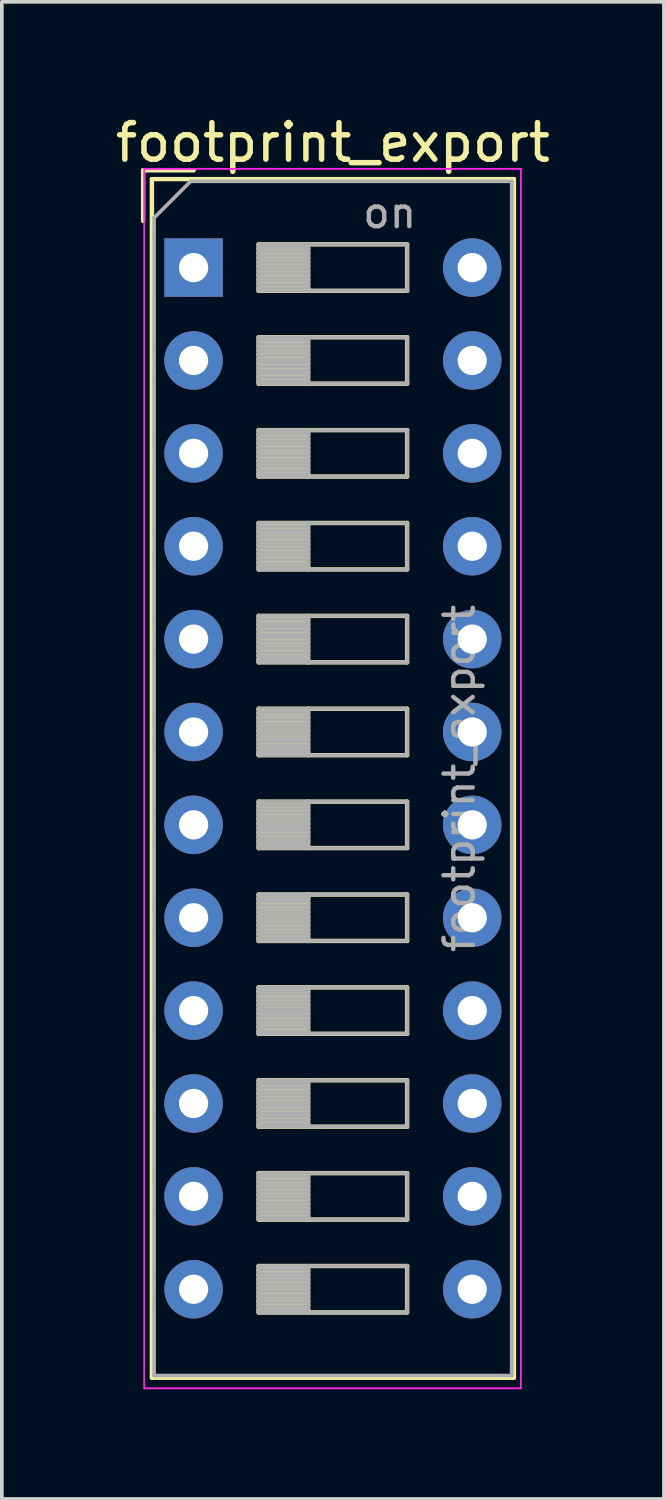
<source format=kicad_pcb>
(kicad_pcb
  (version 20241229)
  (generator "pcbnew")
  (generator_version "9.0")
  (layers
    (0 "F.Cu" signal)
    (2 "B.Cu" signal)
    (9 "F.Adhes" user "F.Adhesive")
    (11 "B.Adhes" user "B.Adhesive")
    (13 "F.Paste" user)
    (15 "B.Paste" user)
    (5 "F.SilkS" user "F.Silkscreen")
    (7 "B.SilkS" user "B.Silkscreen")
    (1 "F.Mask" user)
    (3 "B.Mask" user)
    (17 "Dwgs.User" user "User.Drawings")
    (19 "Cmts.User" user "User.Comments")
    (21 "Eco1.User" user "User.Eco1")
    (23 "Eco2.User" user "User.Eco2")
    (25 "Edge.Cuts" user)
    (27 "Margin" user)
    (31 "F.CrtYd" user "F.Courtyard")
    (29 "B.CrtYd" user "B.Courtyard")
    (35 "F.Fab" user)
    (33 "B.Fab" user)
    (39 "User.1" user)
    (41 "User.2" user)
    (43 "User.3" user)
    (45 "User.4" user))
  (footprint "footprint_export"
    (layer "F.Cu")
    (at 2.244 4.268)
    (property "Reference" "footprint_export" (at 3.81 -3.42 0) (layer "F.SilkS") (effects (font (size 1 1) (thickness 0.15))))
    (attr through_hole)
    (fp_line (start -1.38 -2.66) (end -1.38 -1.277) (stroke (width 0.12) (type solid)) (layer "F.SilkS"))
    (fp_line (start -1.38 -2.66) (end 0.004 -2.66) (stroke (width 0.12) (type solid)) (layer "F.SilkS"))
    (fp_line (start -1.14 -2.42) (end -1.14 30.36) (stroke (width 0.12) (type solid)) (layer "F.SilkS"))
    (fp_line (start -1.14 -2.42) (end 8.76 -2.42) (stroke (width 0.12) (type solid)) (layer "F.SilkS"))
    (fp_line (start -1.14 30.36) (end 8.76 30.36) (stroke (width 0.12) (type solid)) (layer "F.SilkS"))
    (fp_line (start 1.78 -0.635) (end 1.78 0.635) (stroke (width 0.12) (type solid)) (layer "F.SilkS"))
    (fp_line (start 1.78 -0.515) (end 3.133 -0.515) (stroke (width 0.12) (type solid)) (layer "F.SilkS"))
    (fp_line (start 1.78 -0.395) (end 3.133 -0.395) (stroke (width 0.12) (type solid)) (layer "F.SilkS"))
    (fp_line (start 1.78 -0.275) (end 3.133 -0.275) (stroke (width 0.12) (type solid)) (layer "F.SilkS"))
    (fp_line (start 1.78 -0.155) (end 3.133 -0.155) (stroke (width 0.12) (type solid)) (layer "F.SilkS"))
    (fp_line (start 1.78 -0.035) (end 3.133 -0.035) (stroke (width 0.12) (type solid)) (layer "F.SilkS"))
    (fp_line (start 1.78 0.085) (end 3.133 0.085) (stroke (width 0.12) (type solid)) (layer "F.SilkS"))
    (fp_line (start 1.78 0.205) (end 3.133 0.205) (stroke (width 0.12) (type solid)) (layer "F.SilkS"))
    (fp_line (start 1.78 0.325) (end 3.133 0.325) (stroke (width 0.12) (type solid)) (layer "F.SilkS"))
    (fp_line (start 1.78 0.445) (end 3.133 0.445) (stroke (width 0.12) (type solid)) (layer "F.SilkS"))
    (fp_line (start 1.78 0.565) (end 3.133 0.565) (stroke (width 0.12) (type solid)) (layer "F.SilkS"))
    (fp_line (start 1.78 0.635) (end 5.84 0.635) (stroke (width 0.12) (type solid)) (layer "F.SilkS"))
    (fp_line (start 1.78 1.905) (end 1.78 3.175) (stroke (width 0.12) (type solid)) (layer "F.SilkS"))
    (fp_line (start 1.78 2.025) (end 3.133 2.025) (stroke (width 0.12) (type solid)) (layer "F.SilkS"))
    (fp_line (start 1.78 2.145) (end 3.133 2.145) (stroke (width 0.12) (type solid)) (layer "F.SilkS"))
    (fp_line (start 1.78 2.265) (end 3.133 2.265) (stroke (width 0.12) (type solid)) (layer "F.SilkS"))
    (fp_line (start 1.78 2.385) (end 3.133 2.385) (stroke (width 0.12) (type solid)) (layer "F.SilkS"))
    (fp_line (start 1.78 2.505) (end 3.133 2.505) (stroke (width 0.12) (type solid)) (layer "F.SilkS"))
    (fp_line (start 1.78 2.625) (end 3.133 2.625) (stroke (width 0.12) (type solid)) (layer "F.SilkS"))
    (fp_line (start 1.78 2.745) (end 3.133 2.745) (stroke (width 0.12) (type solid)) (layer "F.SilkS"))
    (fp_line (start 1.78 2.865) (end 3.133 2.865) (stroke (width 0.12) (type solid)) (layer "F.SilkS"))
    (fp_line (start 1.78 2.985) (end 3.133 2.985) (stroke (width 0.12) (type solid)) (layer "F.SilkS"))
    (fp_line (start 1.78 3.105) (end 3.133 3.105) (stroke (width 0.12) (type solid)) (layer "F.SilkS"))
    (fp_line (start 1.78 3.175) (end 5.84 3.175) (stroke (width 0.12) (type solid)) (layer "F.SilkS"))
    (fp_line (start 1.78 4.445) (end 1.78 5.715) (stroke (width 0.12) (type solid)) (layer "F.SilkS"))
    (fp_line (start 1.78 4.565) (end 3.133 4.565) (stroke (width 0.12) (type solid)) (layer "F.SilkS"))
    (fp_line (start 1.78 4.685) (end 3.133 4.685) (stroke (width 0.12) (type solid)) (layer "F.SilkS"))
    (fp_line (start 1.78 4.805) (end 3.133 4.805) (stroke (width 0.12) (type solid)) (layer "F.SilkS"))
    (fp_line (start 1.78 4.925) (end 3.133 4.925) (stroke (width 0.12) (type solid)) (layer "F.SilkS"))
    (fp_line (start 1.78 5.045) (end 3.133 5.045) (stroke (width 0.12) (type solid)) (layer "F.SilkS"))
    (fp_line (start 1.78 5.165) (end 3.133 5.165) (stroke (width 0.12) (type solid)) (layer "F.SilkS"))
    (fp_line (start 1.78 5.285) (end 3.133 5.285) (stroke (width 0.12) (type solid)) (layer "F.SilkS"))
    (fp_line (start 1.78 5.405) (end 3.133 5.405) (stroke (width 0.12) (type solid)) (layer "F.SilkS"))
    (fp_line (start 1.78 5.525) (end 3.133 5.525) (stroke (width 0.12) (type solid)) (layer "F.SilkS"))
    (fp_line (start 1.78 5.645) (end 3.133 5.645) (stroke (width 0.12) (type solid)) (layer "F.SilkS"))
    (fp_line (start 1.78 5.715) (end 5.84 5.715) (stroke (width 0.12) (type solid)) (layer "F.SilkS"))
    (fp_line (start 1.78 6.985) (end 1.78 8.255) (stroke (width 0.12) (type solid)) (layer "F.SilkS"))
    (fp_line (start 1.78 7.105) (end 3.133 7.105) (stroke (width 0.12) (type solid)) (layer "F.SilkS"))
    (fp_line (start 1.78 7.225) (end 3.133 7.225) (stroke (width 0.12) (type solid)) (layer "F.SilkS"))
    (fp_line (start 1.78 7.345) (end 3.133 7.345) (stroke (width 0.12) (type solid)) (layer "F.SilkS"))
    (fp_line (start 1.78 7.465) (end 3.133 7.465) (stroke (width 0.12) (type solid)) (layer "F.SilkS"))
    (fp_line (start 1.78 7.585) (end 3.133 7.585) (stroke (width 0.12) (type solid)) (layer "F.SilkS"))
    (fp_line (start 1.78 7.705) (end 3.133 7.705) (stroke (width 0.12) (type solid)) (layer "F.SilkS"))
    (fp_line (start 1.78 7.825) (end 3.133 7.825) (stroke (width 0.12) (type solid)) (layer "F.SilkS"))
    (fp_line (start 1.78 7.945) (end 3.133 7.945) (stroke (width 0.12) (type solid)) (layer "F.SilkS"))
    (fp_line (start 1.78 8.065) (end 3.133 8.065) (stroke (width 0.12) (type solid)) (layer "F.SilkS"))
    (fp_line (start 1.78 8.185) (end 3.133 8.185) (stroke (width 0.12) (type solid)) (layer "F.SilkS"))
    (fp_line (start 1.78 8.255) (end 5.84 8.255) (stroke (width 0.12) (type solid)) (layer "F.SilkS"))
    (fp_line (start 1.78 9.525) (end 1.78 10.795) (stroke (width 0.12) (type solid)) (layer "F.SilkS"))
    (fp_line (start 1.78 9.645) (end 3.133 9.645) (stroke (width 0.12) (type solid)) (layer "F.SilkS"))
    (fp_line (start 1.78 9.765) (end 3.133 9.765) (stroke (width 0.12) (type solid)) (layer "F.SilkS"))
    (fp_line (start 1.78 9.885) (end 3.133 9.885) (stroke (width 0.12) (type solid)) (layer "F.SilkS"))
    (fp_line (start 1.78 10.005) (end 3.133 10.005) (stroke (width 0.12) (type solid)) (layer "F.SilkS"))
    (fp_line (start 1.78 10.125) (end 3.133 10.125) (stroke (width 0.12) (type solid)) (layer "F.SilkS"))
    (fp_line (start 1.78 10.245) (end 3.133 10.245) (stroke (width 0.12) (type solid)) (layer "F.SilkS"))
    (fp_line (start 1.78 10.365) (end 3.133 10.365) (stroke (width 0.12) (type solid)) (layer "F.SilkS"))
    (fp_line (start 1.78 10.485) (end 3.133 10.485) (stroke (width 0.12) (type solid)) (layer "F.SilkS"))
    (fp_line (start 1.78 10.605) (end 3.133 10.605) (stroke (width 0.12) (type solid)) (layer "F.SilkS"))
    (fp_line (start 1.78 10.725) (end 3.133 10.725) (stroke (width 0.12) (type solid)) (layer "F.SilkS"))
    (fp_line (start 1.78 10.795) (end 5.84 10.795) (stroke (width 0.12) (type solid)) (layer "F.SilkS"))
    (fp_line (start 1.78 12.065) (end 1.78 13.335) (stroke (width 0.12) (type solid)) (layer "F.SilkS"))
    (fp_line (start 1.78 12.185) (end 3.133 12.185) (stroke (width 0.12) (type solid)) (layer "F.SilkS"))
    (fp_line (start 1.78 12.305) (end 3.133 12.305) (stroke (width 0.12) (type solid)) (layer "F.SilkS"))
    (fp_line (start 1.78 12.425) (end 3.133 12.425) (stroke (width 0.12) (type solid)) (layer "F.SilkS"))
    (fp_line (start 1.78 12.545) (end 3.133 12.545) (stroke (width 0.12) (type solid)) (layer "F.SilkS"))
    (fp_line (start 1.78 12.665) (end 3.133 12.665) (stroke (width 0.12) (type solid)) (layer "F.SilkS"))
    (fp_line (start 1.78 12.785) (end 3.133 12.785) (stroke (width 0.12) (type solid)) (layer "F.SilkS"))
    (fp_line (start 1.78 12.905) (end 3.133 12.905) (stroke (width 0.12) (type solid)) (layer "F.SilkS"))
    (fp_line (start 1.78 13.025) (end 3.133 13.025) (stroke (width 0.12) (type solid)) (layer "F.SilkS"))
    (fp_line (start 1.78 13.145) (end 3.133 13.145) (stroke (width 0.12) (type solid)) (layer "F.SilkS"))
    (fp_line (start 1.78 13.265) (end 3.133 13.265) (stroke (width 0.12) (type solid)) (layer "F.SilkS"))
    (fp_line (start 1.78 13.335) (end 5.84 13.335) (stroke (width 0.12) (type solid)) (layer "F.SilkS"))
    (fp_line (start 1.78 14.605) (end 1.78 15.875) (stroke (width 0.12) (type solid)) (layer "F.SilkS"))
    (fp_line (start 1.78 14.725) (end 3.133 14.725) (stroke (width 0.12) (type solid)) (layer "F.SilkS"))
    (fp_line (start 1.78 14.845) (end 3.133 14.845) (stroke (width 0.12) (type solid)) (layer "F.SilkS"))
    (fp_line (start 1.78 14.965) (end 3.133 14.965) (stroke (width 0.12) (type solid)) (layer "F.SilkS"))
    (fp_line (start 1.78 15.085) (end 3.133 15.085) (stroke (width 0.12) (type solid)) (layer "F.SilkS"))
    (fp_line (start 1.78 15.205) (end 3.133 15.205) (stroke (width 0.12) (type solid)) (layer "F.SilkS"))
    (fp_line (start 1.78 15.325) (end 3.133 15.325) (stroke (width 0.12) (type solid)) (layer "F.SilkS"))
    (fp_line (start 1.78 15.445) (end 3.133 15.445) (stroke (width 0.12) (type solid)) (layer "F.SilkS"))
    (fp_line (start 1.78 15.565) (end 3.133 15.565) (stroke (width 0.12) (type solid)) (layer "F.SilkS"))
    (fp_line (start 1.78 15.685) (end 3.133 15.685) (stroke (width 0.12) (type solid)) (layer "F.SilkS"))
    (fp_line (start 1.78 15.805) (end 3.133 15.805) (stroke (width 0.12) (type solid)) (layer "F.SilkS"))
    (fp_line (start 1.78 15.875) (end 5.84 15.875) (stroke (width 0.12) (type solid)) (layer "F.SilkS"))
    (fp_line (start 1.78 17.145) (end 1.78 18.415) (stroke (width 0.12) (type solid)) (layer "F.SilkS"))
    (fp_line (start 1.78 17.265) (end 3.133 17.265) (stroke (width 0.12) (type solid)) (layer "F.SilkS"))
    (fp_line (start 1.78 17.385) (end 3.133 17.385) (stroke (width 0.12) (type solid)) (layer "F.SilkS"))
    (fp_line (start 1.78 17.505) (end 3.133 17.505) (stroke (width 0.12) (type solid)) (layer "F.SilkS"))
    (fp_line (start 1.78 17.625) (end 3.133 17.625) (stroke (width 0.12) (type solid)) (layer "F.SilkS"))
    (fp_line (start 1.78 17.745) (end 3.133 17.745) (stroke (width 0.12) (type solid)) (layer "F.SilkS"))
    (fp_line (start 1.78 17.865) (end 3.133 17.865) (stroke (width 0.12) (type solid)) (layer "F.SilkS"))
    (fp_line (start 1.78 17.985) (end 3.133 17.985) (stroke (width 0.12) (type solid)) (layer "F.SilkS"))
    (fp_line (start 1.78 18.105) (end 3.133 18.105) (stroke (width 0.12) (type solid)) (layer "F.SilkS"))
    (fp_line (start 1.78 18.225) (end 3.133 18.225) (stroke (width 0.12) (type solid)) (layer "F.SilkS"))
    (fp_line (start 1.78 18.345) (end 3.133 18.345) (stroke (width 0.12) (type solid)) (layer "F.SilkS"))
    (fp_line (start 1.78 18.415) (end 5.84 18.415) (stroke (width 0.12) (type solid)) (layer "F.SilkS"))
    (fp_line (start 1.78 19.685) (end 1.78 20.955) (stroke (width 0.12) (type solid)) (layer "F.SilkS"))
    (fp_line (start 1.78 19.805) (end 3.133 19.805) (stroke (width 0.12) (type solid)) (layer "F.SilkS"))
    (fp_line (start 1.78 19.925) (end 3.133 19.925) (stroke (width 0.12) (type solid)) (layer "F.SilkS"))
    (fp_line (start 1.78 20.045) (end 3.133 20.045) (stroke (width 0.12) (type solid)) (layer "F.SilkS"))
    (fp_line (start 1.78 20.165) (end 3.133 20.165) (stroke (width 0.12) (type solid)) (layer "F.SilkS"))
    (fp_line (start 1.78 20.285) (end 3.133 20.285) (stroke (width 0.12) (type solid)) (layer "F.SilkS"))
    (fp_line (start 1.78 20.405) (end 3.133 20.405) (stroke (width 0.12) (type solid)) (layer "F.SilkS"))
    (fp_line (start 1.78 20.525) (end 3.133 20.525) (stroke (width 0.12) (type solid)) (layer "F.SilkS"))
    (fp_line (start 1.78 20.645) (end 3.133 20.645) (stroke (width 0.12) (type solid)) (layer "F.SilkS"))
    (fp_line (start 1.78 20.765) (end 3.133 20.765) (stroke (width 0.12) (type solid)) (layer "F.SilkS"))
    (fp_line (start 1.78 20.885) (end 3.133 20.885) (stroke (width 0.12) (type solid)) (layer "F.SilkS"))
    (fp_line (start 1.78 20.955) (end 5.84 20.955) (stroke (width 0.12) (type solid)) (layer "F.SilkS"))
    (fp_line (start 1.78 22.225) (end 1.78 23.495) (stroke (width 0.12) (type solid)) (layer "F.SilkS"))
    (fp_line (start 1.78 22.345) (end 3.133 22.345) (stroke (width 0.12) (type solid)) (layer "F.SilkS"))
    (fp_line (start 1.78 22.465) (end 3.133 22.465) (stroke (width 0.12) (type solid)) (layer "F.SilkS"))
    (fp_line (start 1.78 22.585) (end 3.133 22.585) (stroke (width 0.12) (type solid)) (layer "F.SilkS"))
    (fp_line (start 1.78 22.705) (end 3.133 22.705) (stroke (width 0.12) (type solid)) (layer "F.SilkS"))
    (fp_line (start 1.78 22.825) (end 3.133 22.825) (stroke (width 0.12) (type solid)) (layer "F.SilkS"))
    (fp_line (start 1.78 22.945) (end 3.133 22.945) (stroke (width 0.12) (type solid)) (layer "F.SilkS"))
    (fp_line (start 1.78 23.065) (end 3.133 23.065) (stroke (width 0.12) (type solid)) (layer "F.SilkS"))
    (fp_line (start 1.78 23.185) (end 3.133 23.185) (stroke (width 0.12) (type solid)) (layer "F.SilkS"))
    (fp_line (start 1.78 23.305) (end 3.133 23.305) (stroke (width 0.12) (type solid)) (layer "F.SilkS"))
    (fp_line (start 1.78 23.425) (end 3.133 23.425) (stroke (width 0.12) (type solid)) (layer "F.SilkS"))
    (fp_line (start 1.78 23.495) (end 5.84 23.495) (stroke (width 0.12) (type solid)) (layer "F.SilkS"))
    (fp_line (start 1.78 24.765) (end 1.78 26.035) (stroke (width 0.12) (type solid)) (layer "F.SilkS"))
    (fp_line (start 1.78 24.885) (end 3.133 24.885) (stroke (width 0.12) (type solid)) (layer "F.SilkS"))
    (fp_line (start 1.78 25.005) (end 3.133 25.005) (stroke (width 0.12) (type solid)) (layer "F.SilkS"))
    (fp_line (start 1.78 25.125) (end 3.133 25.125) (stroke (width 0.12) (type solid)) (layer "F.SilkS"))
    (fp_line (start 1.78 25.245) (end 3.133 25.245) (stroke (width 0.12) (type solid)) (layer "F.SilkS"))
    (fp_line (start 1.78 25.365) (end 3.133 25.365) (stroke (width 0.12) (type solid)) (layer "F.SilkS"))
    (fp_line (start 1.78 25.485) (end 3.133 25.485) (stroke (width 0.12) (type solid)) (layer "F.SilkS"))
    (fp_line (start 1.78 25.605) (end 3.133 25.605) (stroke (width 0.12) (type solid)) (layer "F.SilkS"))
    (fp_line (start 1.78 25.725) (end 3.133 25.725) (stroke (width 0.12) (type solid)) (layer "F.SilkS"))
    (fp_line (start 1.78 25.845) (end 3.133 25.845) (stroke (width 0.12) (type solid)) (layer "F.SilkS"))
    (fp_line (start 1.78 25.965) (end 3.133 25.965) (stroke (width 0.12) (type solid)) (layer "F.SilkS"))
    (fp_line (start 1.78 26.035) (end 5.84 26.035) (stroke (width 0.12) (type solid)) (layer "F.SilkS"))
    (fp_line (start 1.78 27.305) (end 1.78 28.575) (stroke (width 0.12) (type solid)) (layer "F.SilkS"))
    (fp_line (start 1.78 27.425) (end 3.133 27.425) (stroke (width 0.12) (type solid)) (layer "F.SilkS"))
    (fp_line (start 1.78 27.545) (end 3.133 27.545) (stroke (width 0.12) (type solid)) (layer "F.SilkS"))
    (fp_line (start 1.78 27.665) (end 3.133 27.665) (stroke (width 0.12) (type solid)) (layer "F.SilkS"))
    (fp_line (start 1.78 27.785) (end 3.133 27.785) (stroke (width 0.12) (type solid)) (layer "F.SilkS"))
    (fp_line (start 1.78 27.905) (end 3.133 27.905) (stroke (width 0.12) (type solid)) (layer "F.SilkS"))
    (fp_line (start 1.78 28.025) (end 3.133 28.025) (stroke (width 0.12) (type solid)) (layer "F.SilkS"))
    (fp_line (start 1.78 28.145) (end 3.133 28.145) (stroke (width 0.12) (type solid)) (layer "F.SilkS"))
    (fp_line (start 1.78 28.265) (end 3.133 28.265) (stroke (width 0.12) (type solid)) (layer "F.SilkS"))
    (fp_line (start 1.78 28.385) (end 3.133 28.385) (stroke (width 0.12) (type solid)) (layer "F.SilkS"))
    (fp_line (start 1.78 28.505) (end 3.133 28.505) (stroke (width 0.12) (type solid)) (layer "F.SilkS"))
    (fp_line (start 1.78 28.575) (end 5.84 28.575) (stroke (width 0.12) (type solid)) (layer "F.SilkS"))
    (fp_line (start 3.133 -0.635) (end 3.133 0.635) (stroke (width 0.12) (type solid)) (layer "F.SilkS"))
    (fp_line (start 3.133 1.905) (end 3.133 3.175) (stroke (width 0.12) (type solid)) (layer "F.SilkS"))
    (fp_line (start 3.133 4.445) (end 3.133 5.715) (stroke (width 0.12) (type solid)) (layer "F.SilkS"))
    (fp_line (start 3.133 6.985) (end 3.133 8.255) (stroke (width 0.12) (type solid)) (layer "F.SilkS"))
    (fp_line (start 3.133 9.525) (end 3.133 10.795) (stroke (width 0.12) (type solid)) (layer "F.SilkS"))
    (fp_line (start 3.133 12.065) (end 3.133 13.335) (stroke (width 0.12) (type solid)) (layer "F.SilkS"))
    (fp_line (start 3.133 14.605) (end 3.133 15.875) (stroke (width 0.12) (type solid)) (layer "F.SilkS"))
    (fp_line (start 3.133 17.145) (end 3.133 18.415) (stroke (width 0.12) (type solid)) (layer "F.SilkS"))
    (fp_line (start 3.133 19.685) (end 3.133 20.955) (stroke (width 0.12) (type solid)) (layer "F.SilkS"))
    (fp_line (start 3.133 22.225) (end 3.133 23.495) (stroke (width 0.12) (type solid)) (layer "F.SilkS"))
    (fp_line (start 3.133 24.765) (end 3.133 26.035) (stroke (width 0.12) (type solid)) (layer "F.SilkS"))
    (fp_line (start 3.133 27.305) (end 3.133 28.575) (stroke (width 0.12) (type solid)) (layer "F.SilkS"))
    (fp_line (start 5.84 -0.635) (end 1.78 -0.635) (stroke (width 0.12) (type solid)) (layer "F.SilkS"))
    (fp_line (start 5.84 0.635) (end 5.84 -0.635) (stroke (width 0.12) (type solid)) (layer "F.SilkS"))
    (fp_line (start 5.84 1.905) (end 1.78 1.905) (stroke (width 0.12) (type solid)) (layer "F.SilkS"))
    (fp_line (start 5.84 3.175) (end 5.84 1.905) (stroke (width 0.12) (type solid)) (layer "F.SilkS"))
    (fp_line (start 5.84 4.445) (end 1.78 4.445) (stroke (width 0.12) (type solid)) (layer "F.SilkS"))
    (fp_line (start 5.84 5.715) (end 5.84 4.445) (stroke (width 0.12) (type solid)) (layer "F.SilkS"))
    (fp_line (start 5.84 6.985) (end 1.78 6.985) (stroke (width 0.12) (type solid)) (layer "F.SilkS"))
    (fp_line (start 5.84 8.255) (end 5.84 6.985) (stroke (width 0.12) (type solid)) (layer "F.SilkS"))
    (fp_line (start 5.84 9.525) (end 1.78 9.525) (stroke (width 0.12) (type solid)) (layer "F.SilkS"))
    (fp_line (start 5.84 10.795) (end 5.84 9.525) (stroke (width 0.12) (type solid)) (layer "F.SilkS"))
    (fp_line (start 5.84 12.065) (end 1.78 12.065) (stroke (width 0.12) (type solid)) (layer "F.SilkS"))
    (fp_line (start 5.84 13.335) (end 5.84 12.065) (stroke (width 0.12) (type solid)) (layer "F.SilkS"))
    (fp_line (start 5.84 14.605) (end 1.78 14.605) (stroke (width 0.12) (type solid)) (layer "F.SilkS"))
    (fp_line (start 5.84 15.875) (end 5.84 14.605) (stroke (width 0.12) (type solid)) (layer "F.SilkS"))
    (fp_line (start 5.84 17.145) (end 1.78 17.145) (stroke (width 0.12) (type solid)) (layer "F.SilkS"))
    (fp_line (start 5.84 18.415) (end 5.84 17.145) (stroke (width 0.12) (type solid)) (layer "F.SilkS"))
    (fp_line (start 5.84 19.685) (end 1.78 19.685) (stroke (width 0.12) (type solid)) (layer "F.SilkS"))
    (fp_line (start 5.84 20.955) (end 5.84 19.685) (stroke (width 0.12) (type solid)) (layer "F.SilkS"))
    (fp_line (start 5.84 22.225) (end 1.78 22.225) (stroke (width 0.12) (type solid)) (layer "F.SilkS"))
    (fp_line (start 5.84 23.495) (end 5.84 22.225) (stroke (width 0.12) (type solid)) (layer "F.SilkS"))
    (fp_line (start 5.84 24.765) (end 1.78 24.765) (stroke (width 0.12) (type solid)) (layer "F.SilkS"))
    (fp_line (start 5.84 26.035) (end 5.84 24.765) (stroke (width 0.12) (type solid)) (layer "F.SilkS"))
    (fp_line (start 5.84 27.305) (end 1.78 27.305) (stroke (width 0.12) (type solid)) (layer "F.SilkS"))
    (fp_line (start 5.84 28.575) (end 5.84 27.305) (stroke (width 0.12) (type solid)) (layer "F.SilkS"))
    (fp_line (start 8.76 -2.42) (end 8.76 30.36) (stroke (width 0.12) (type solid)) (layer "F.SilkS"))
    (fp_line (start -1.35 -2.7) (end -1.35 30.65) (stroke (width 0.05) (type solid)) (layer "F.CrtYd"))
    (fp_line (start -1.35 30.65) (end 8.95 30.65) (stroke (width 0.05) (type solid)) (layer "F.CrtYd"))
    (fp_line (start 8.95 -2.7) (end -1.35 -2.7) (stroke (width 0.05) (type solid)) (layer "F.CrtYd"))
    (fp_line (start 8.95 30.65) (end 8.95 -2.7) (stroke (width 0.05) (type solid)) (layer "F.CrtYd"))
    (fp_line (start -1.08 -1.36) (end -0.08 -2.36) (stroke (width 0.1) (type solid)) (layer "F.Fab"))
    (fp_line (start -1.08 30.3) (end -1.08 -1.36) (stroke (width 0.1) (type solid)) (layer "F.Fab"))
    (fp_line (start -0.08 -2.36) (end 8.7 -2.36) (stroke (width 0.1) (type solid)) (layer "F.Fab"))
    (fp_line (start 1.78 -0.635) (end 1.78 0.635) (stroke (width 0.1) (type solid)) (layer "F.Fab"))
    (fp_line (start 1.78 -0.535) (end 3.133 -0.535) (stroke (width 0.1) (type solid)) (layer "F.Fab"))
    (fp_line (start 1.78 -0.435) (end 3.133 -0.435) (stroke (width 0.1) (type solid)) (layer "F.Fab"))
    (fp_line (start 1.78 -0.335) (end 3.133 -0.335) (stroke (width 0.1) (type solid)) (layer "F.Fab"))
    (fp_line (start 1.78 -0.235) (end 3.133 -0.235) (stroke (width 0.1) (type solid)) (layer "F.Fab"))
    (fp_line (start 1.78 -0.135) (end 3.133 -0.135) (stroke (width 0.1) (type solid)) (layer "F.Fab"))
    (fp_line (start 1.78 -0.035) (end 3.133 -0.035) (stroke (width 0.1) (type solid)) (layer "F.Fab"))
    (fp_line (start 1.78 0.065) (end 3.133 0.065) (stroke (width 0.1) (type solid)) (layer "F.Fab"))
    (fp_line (start 1.78 0.165) (end 3.133 0.165) (stroke (width 0.1) (type solid)) (layer "F.Fab"))
    (fp_line (start 1.78 0.265) (end 3.133 0.265) (stroke (width 0.1) (type solid)) (layer "F.Fab"))
    (fp_line (start 1.78 0.365) (end 3.133 0.365) (stroke (width 0.1) (type solid)) (layer "F.Fab"))
    (fp_line (start 1.78 0.465) (end 3.133 0.465) (stroke (width 0.1) (type solid)) (layer "F.Fab"))
    (fp_line (start 1.78 0.565) (end 3.133 0.565) (stroke (width 0.1) (type solid)) (layer "F.Fab"))
    (fp_line (start 1.78 0.635) (end 5.84 0.635) (stroke (width 0.1) (type solid)) (layer "F.Fab"))
    (fp_line (start 1.78 1.905) (end 1.78 3.175) (stroke (width 0.1) (type solid)) (layer "F.Fab"))
    (fp_line (start 1.78 2.005) (end 3.133 2.005) (stroke (width 0.1) (type solid)) (layer "F.Fab"))
    (fp_line (start 1.78 2.105) (end 3.133 2.105) (stroke (width 0.1) (type solid)) (layer "F.Fab"))
    (fp_line (start 1.78 2.205) (end 3.133 2.205) (stroke (width 0.1) (type solid)) (layer "F.Fab"))
    (fp_line (start 1.78 2.305) (end 3.133 2.305) (stroke (width 0.1) (type solid)) (layer "F.Fab"))
    (fp_line (start 1.78 2.405) (end 3.133 2.405) (stroke (width 0.1) (type solid)) (layer "F.Fab"))
    (fp_line (start 1.78 2.505) (end 3.133 2.505) (stroke (width 0.1) (type solid)) (layer "F.Fab"))
    (fp_line (start 1.78 2.605) (end 3.133 2.605) (stroke (width 0.1) (type solid)) (layer "F.Fab"))
    (fp_line (start 1.78 2.705) (end 3.133 2.705) (stroke (width 0.1) (type solid)) (layer "F.Fab"))
    (fp_line (start 1.78 2.805) (end 3.133 2.805) (stroke (width 0.1) (type solid)) (layer "F.Fab"))
    (fp_line (start 1.78 2.905) (end 3.133 2.905) (stroke (width 0.1) (type solid)) (layer "F.Fab"))
    (fp_line (start 1.78 3.005) (end 3.133 3.005) (stroke (width 0.1) (type solid)) (layer "F.Fab"))
    (fp_line (start 1.78 3.105) (end 3.133 3.105) (stroke (width 0.1) (type solid)) (layer "F.Fab"))
    (fp_line (start 1.78 3.175) (end 5.84 3.175) (stroke (width 0.1) (type solid)) (layer "F.Fab"))
    (fp_line (start 1.78 4.445) (end 1.78 5.715) (stroke (width 0.1) (type solid)) (layer "F.Fab"))
    (fp_line (start 1.78 4.545) (end 3.133 4.545) (stroke (width 0.1) (type solid)) (layer "F.Fab"))
    (fp_line (start 1.78 4.645) (end 3.133 4.645) (stroke (width 0.1) (type solid)) (layer "F.Fab"))
    (fp_line (start 1.78 4.745) (end 3.133 4.745) (stroke (width 0.1) (type solid)) (layer "F.Fab"))
    (fp_line (start 1.78 4.845) (end 3.133 4.845) (stroke (width 0.1) (type solid)) (layer "F.Fab"))
    (fp_line (start 1.78 4.945) (end 3.133 4.945) (stroke (width 0.1) (type solid)) (layer "F.Fab"))
    (fp_line (start 1.78 5.045) (end 3.133 5.045) (stroke (width 0.1) (type solid)) (layer "F.Fab"))
    (fp_line (start 1.78 5.145) (end 3.133 5.145) (stroke (width 0.1) (type solid)) (layer "F.Fab"))
    (fp_line (start 1.78 5.245) (end 3.133 5.245) (stroke (width 0.1) (type solid)) (layer "F.Fab"))
    (fp_line (start 1.78 5.345) (end 3.133 5.345) (stroke (width 0.1) (type solid)) (layer "F.Fab"))
    (fp_line (start 1.78 5.445) (end 3.133 5.445) (stroke (width 0.1) (type solid)) (layer "F.Fab"))
    (fp_line (start 1.78 5.545) (end 3.133 5.545) (stroke (width 0.1) (type solid)) (layer "F.Fab"))
    (fp_line (start 1.78 5.645) (end 3.133 5.645) (stroke (width 0.1) (type solid)) (layer "F.Fab"))
    (fp_line (start 1.78 5.715) (end 5.84 5.715) (stroke (width 0.1) (type solid)) (layer "F.Fab"))
    (fp_line (start 1.78 6.985) (end 1.78 8.255) (stroke (width 0.1) (type solid)) (layer "F.Fab"))
    (fp_line (start 1.78 7.085) (end 3.133 7.085) (stroke (width 0.1) (type solid)) (layer "F.Fab"))
    (fp_line (start 1.78 7.185) (end 3.133 7.185) (stroke (width 0.1) (type solid)) (layer "F.Fab"))
    (fp_line (start 1.78 7.285) (end 3.133 7.285) (stroke (width 0.1) (type solid)) (layer "F.Fab"))
    (fp_line (start 1.78 7.385) (end 3.133 7.385) (stroke (width 0.1) (type solid)) (layer "F.Fab"))
    (fp_line (start 1.78 7.485) (end 3.133 7.485) (stroke (width 0.1) (type solid)) (layer "F.Fab"))
    (fp_line (start 1.78 7.585) (end 3.133 7.585) (stroke (width 0.1) (type solid)) (layer "F.Fab"))
    (fp_line (start 1.78 7.685) (end 3.133 7.685) (stroke (width 0.1) (type solid)) (layer "F.Fab"))
    (fp_line (start 1.78 7.785) (end 3.133 7.785) (stroke (width 0.1) (type solid)) (layer "F.Fab"))
    (fp_line (start 1.78 7.885) (end 3.133 7.885) (stroke (width 0.1) (type solid)) (layer "F.Fab"))
    (fp_line (start 1.78 7.985) (end 3.133 7.985) (stroke (width 0.1) (type solid)) (layer "F.Fab"))
    (fp_line (start 1.78 8.085) (end 3.133 8.085) (stroke (width 0.1) (type solid)) (layer "F.Fab"))
    (fp_line (start 1.78 8.185) (end 3.133 8.185) (stroke (width 0.1) (type solid)) (layer "F.Fab"))
    (fp_line (start 1.78 8.255) (end 5.84 8.255) (stroke (width 0.1) (type solid)) (layer "F.Fab"))
    (fp_line (start 1.78 9.525) (end 1.78 10.795) (stroke (width 0.1) (type solid)) (layer "F.Fab"))
    (fp_line (start 1.78 9.625) (end 3.133 9.625) (stroke (width 0.1) (type solid)) (layer "F.Fab"))
    (fp_line (start 1.78 9.725) (end 3.133 9.725) (stroke (width 0.1) (type solid)) (layer "F.Fab"))
    (fp_line (start 1.78 9.825) (end 3.133 9.825) (stroke (width 0.1) (type solid)) (layer "F.Fab"))
    (fp_line (start 1.78 9.925) (end 3.133 9.925) (stroke (width 0.1) (type solid)) (layer "F.Fab"))
    (fp_line (start 1.78 10.025) (end 3.133 10.025) (stroke (width 0.1) (type solid)) (layer "F.Fab"))
    (fp_line (start 1.78 10.125) (end 3.133 10.125) (stroke (width 0.1) (type solid)) (layer "F.Fab"))
    (fp_line (start 1.78 10.225) (end 3.133 10.225) (stroke (width 0.1) (type solid)) (layer "F.Fab"))
    (fp_line (start 1.78 10.325) (end 3.133 10.325) (stroke (width 0.1) (type solid)) (layer "F.Fab"))
    (fp_line (start 1.78 10.425) (end 3.133 10.425) (stroke (width 0.1) (type solid)) (layer "F.Fab"))
    (fp_line (start 1.78 10.525) (end 3.133 10.525) (stroke (width 0.1) (type solid)) (layer "F.Fab"))
    (fp_line (start 1.78 10.625) (end 3.133 10.625) (stroke (width 0.1) (type solid)) (layer "F.Fab"))
    (fp_line (start 1.78 10.725) (end 3.133 10.725) (stroke (width 0.1) (type solid)) (layer "F.Fab"))
    (fp_line (start 1.78 10.795) (end 5.84 10.795) (stroke (width 0.1) (type solid)) (layer "F.Fab"))
    (fp_line (start 1.78 12.065) (end 1.78 13.335) (stroke (width 0.1) (type solid)) (layer "F.Fab"))
    (fp_line (start 1.78 12.165) (end 3.133 12.165) (stroke (width 0.1) (type solid)) (layer "F.Fab"))
    (fp_line (start 1.78 12.265) (end 3.133 12.265) (stroke (width 0.1) (type solid)) (layer "F.Fab"))
    (fp_line (start 1.78 12.365) (end 3.133 12.365) (stroke (width 0.1) (type solid)) (layer "F.Fab"))
    (fp_line (start 1.78 12.465) (end 3.133 12.465) (stroke (width 0.1) (type solid)) (layer "F.Fab"))
    (fp_line (start 1.78 12.565) (end 3.133 12.565) (stroke (width 0.1) (type solid)) (layer "F.Fab"))
    (fp_line (start 1.78 12.665) (end 3.133 12.665) (stroke (width 0.1) (type solid)) (layer "F.Fab"))
    (fp_line (start 1.78 12.765) (end 3.133 12.765) (stroke (width 0.1) (type solid)) (layer "F.Fab"))
    (fp_line (start 1.78 12.865) (end 3.133 12.865) (stroke (width 0.1) (type solid)) (layer "F.Fab"))
    (fp_line (start 1.78 12.965) (end 3.133 12.965) (stroke (width 0.1) (type solid)) (layer "F.Fab"))
    (fp_line (start 1.78 13.065) (end 3.133 13.065) (stroke (width 0.1) (type solid)) (layer "F.Fab"))
    (fp_line (start 1.78 13.165) (end 3.133 13.165) (stroke (width 0.1) (type solid)) (layer "F.Fab"))
    (fp_line (start 1.78 13.265) (end 3.133 13.265) (stroke (width 0.1) (type solid)) (layer "F.Fab"))
    (fp_line (start 1.78 13.335) (end 5.84 13.335) (stroke (width 0.1) (type solid)) (layer "F.Fab"))
    (fp_line (start 1.78 14.605) (end 1.78 15.875) (stroke (width 0.1) (type solid)) (layer "F.Fab"))
    (fp_line (start 1.78 14.705) (end 3.133 14.705) (stroke (width 0.1) (type solid)) (layer "F.Fab"))
    (fp_line (start 1.78 14.805) (end 3.133 14.805) (stroke (width 0.1) (type solid)) (layer "F.Fab"))
    (fp_line (start 1.78 14.905) (end 3.133 14.905) (stroke (width 0.1) (type solid)) (layer "F.Fab"))
    (fp_line (start 1.78 15.005) (end 3.133 15.005) (stroke (width 0.1) (type solid)) (layer "F.Fab"))
    (fp_line (start 1.78 15.105) (end 3.133 15.105) (stroke (width 0.1) (type solid)) (layer "F.Fab"))
    (fp_line (start 1.78 15.205) (end 3.133 15.205) (stroke (width 0.1) (type solid)) (layer "F.Fab"))
    (fp_line (start 1.78 15.305) (end 3.133 15.305) (stroke (width 0.1) (type solid)) (layer "F.Fab"))
    (fp_line (start 1.78 15.405) (end 3.133 15.405) (stroke (width 0.1) (type solid)) (layer "F.Fab"))
    (fp_line (start 1.78 15.505) (end 3.133 15.505) (stroke (width 0.1) (type solid)) (layer "F.Fab"))
    (fp_line (start 1.78 15.605) (end 3.133 15.605) (stroke (width 0.1) (type solid)) (layer "F.Fab"))
    (fp_line (start 1.78 15.705) (end 3.133 15.705) (stroke (width 0.1) (type solid)) (layer "F.Fab"))
    (fp_line (start 1.78 15.805) (end 3.133 15.805) (stroke (width 0.1) (type solid)) (layer "F.Fab"))
    (fp_line (start 1.78 15.875) (end 5.84 15.875) (stroke (width 0.1) (type solid)) (layer "F.Fab"))
    (fp_line (start 1.78 17.145) (end 1.78 18.415) (stroke (width 0.1) (type solid)) (layer "F.Fab"))
    (fp_line (start 1.78 17.245) (end 3.133 17.245) (stroke (width 0.1) (type solid)) (layer "F.Fab"))
    (fp_line (start 1.78 17.345) (end 3.133 17.345) (stroke (width 0.1) (type solid)) (layer "F.Fab"))
    (fp_line (start 1.78 17.445) (end 3.133 17.445) (stroke (width 0.1) (type solid)) (layer "F.Fab"))
    (fp_line (start 1.78 17.545) (end 3.133 17.545) (stroke (width 0.1) (type solid)) (layer "F.Fab"))
    (fp_line (start 1.78 17.645) (end 3.133 17.645) (stroke (width 0.1) (type solid)) (layer "F.Fab"))
    (fp_line (start 1.78 17.745) (end 3.133 17.745) (stroke (width 0.1) (type solid)) (layer "F.Fab"))
    (fp_line (start 1.78 17.845) (end 3.133 17.845) (stroke (width 0.1) (type solid)) (layer "F.Fab"))
    (fp_line (start 1.78 17.945) (end 3.133 17.945) (stroke (width 0.1) (type solid)) (layer "F.Fab"))
    (fp_line (start 1.78 18.045) (end 3.133 18.045) (stroke (width 0.1) (type solid)) (layer "F.Fab"))
    (fp_line (start 1.78 18.145) (end 3.133 18.145) (stroke (width 0.1) (type solid)) (layer "F.Fab"))
    (fp_line (start 1.78 18.245) (end 3.133 18.245) (stroke (width 0.1) (type solid)) (layer "F.Fab"))
    (fp_line (start 1.78 18.345) (end 3.133 18.345) (stroke (width 0.1) (type solid)) (layer "F.Fab"))
    (fp_line (start 1.78 18.415) (end 5.84 18.415) (stroke (width 0.1) (type solid)) (layer "F.Fab"))
    (fp_line (start 1.78 19.685) (end 1.78 20.955) (stroke (width 0.1) (type solid)) (layer "F.Fab"))
    (fp_line (start 1.78 19.785) (end 3.133 19.785) (stroke (width 0.1) (type solid)) (layer "F.Fab"))
    (fp_line (start 1.78 19.885) (end 3.133 19.885) (stroke (width 0.1) (type solid)) (layer "F.Fab"))
    (fp_line (start 1.78 19.985) (end 3.133 19.985) (stroke (width 0.1) (type solid)) (layer "F.Fab"))
    (fp_line (start 1.78 20.085) (end 3.133 20.085) (stroke (width 0.1) (type solid)) (layer "F.Fab"))
    (fp_line (start 1.78 20.185) (end 3.133 20.185) (stroke (width 0.1) (type solid)) (layer "F.Fab"))
    (fp_line (start 1.78 20.285) (end 3.133 20.285) (stroke (width 0.1) (type solid)) (layer "F.Fab"))
    (fp_line (start 1.78 20.385) (end 3.133 20.385) (stroke (width 0.1) (type solid)) (layer "F.Fab"))
    (fp_line (start 1.78 20.485) (end 3.133 20.485) (stroke (width 0.1) (type solid)) (layer "F.Fab"))
    (fp_line (start 1.78 20.585) (end 3.133 20.585) (stroke (width 0.1) (type solid)) (layer "F.Fab"))
    (fp_line (start 1.78 20.685) (end 3.133 20.685) (stroke (width 0.1) (type solid)) (layer "F.Fab"))
    (fp_line (start 1.78 20.785) (end 3.133 20.785) (stroke (width 0.1) (type solid)) (layer "F.Fab"))
    (fp_line (start 1.78 20.885) (end 3.133 20.885) (stroke (width 0.1) (type solid)) (layer "F.Fab"))
    (fp_line (start 1.78 20.955) (end 5.84 20.955) (stroke (width 0.1) (type solid)) (layer "F.Fab"))
    (fp_line (start 1.78 22.225) (end 1.78 23.495) (stroke (width 0.1) (type solid)) (layer "F.Fab"))
    (fp_line (start 1.78 22.325) (end 3.133 22.325) (stroke (width 0.1) (type solid)) (layer "F.Fab"))
    (fp_line (start 1.78 22.425) (end 3.133 22.425) (stroke (width 0.1) (type solid)) (layer "F.Fab"))
    (fp_line (start 1.78 22.525) (end 3.133 22.525) (stroke (width 0.1) (type solid)) (layer "F.Fab"))
    (fp_line (start 1.78 22.625) (end 3.133 22.625) (stroke (width 0.1) (type solid)) (layer "F.Fab"))
    (fp_line (start 1.78 22.725) (end 3.133 22.725) (stroke (width 0.1) (type solid)) (layer "F.Fab"))
    (fp_line (start 1.78 22.825) (end 3.133 22.825) (stroke (width 0.1) (type solid)) (layer "F.Fab"))
    (fp_line (start 1.78 22.925) (end 3.133 22.925) (stroke (width 0.1) (type solid)) (layer "F.Fab"))
    (fp_line (start 1.78 23.025) (end 3.133 23.025) (stroke (width 0.1) (type solid)) (layer "F.Fab"))
    (fp_line (start 1.78 23.125) (end 3.133 23.125) (stroke (width 0.1) (type solid)) (layer "F.Fab"))
    (fp_line (start 1.78 23.225) (end 3.133 23.225) (stroke (width 0.1) (type solid)) (layer "F.Fab"))
    (fp_line (start 1.78 23.325) (end 3.133 23.325) (stroke (width 0.1) (type solid)) (layer "F.Fab"))
    (fp_line (start 1.78 23.425) (end 3.133 23.425) (stroke (width 0.1) (type solid)) (layer "F.Fab"))
    (fp_line (start 1.78 23.495) (end 5.84 23.495) (stroke (width 0.1) (type solid)) (layer "F.Fab"))
    (fp_line (start 1.78 24.765) (end 1.78 26.035) (stroke (width 0.1) (type solid)) (layer "F.Fab"))
    (fp_line (start 1.78 24.865) (end 3.133 24.865) (stroke (width 0.1) (type solid)) (layer "F.Fab"))
    (fp_line (start 1.78 24.965) (end 3.133 24.965) (stroke (width 0.1) (type solid)) (layer "F.Fab"))
    (fp_line (start 1.78 25.065) (end 3.133 25.065) (stroke (width 0.1) (type solid)) (layer "F.Fab"))
    (fp_line (start 1.78 25.165) (end 3.133 25.165) (stroke (width 0.1) (type solid)) (layer "F.Fab"))
    (fp_line (start 1.78 25.265) (end 3.133 25.265) (stroke (width 0.1) (type solid)) (layer "F.Fab"))
    (fp_line (start 1.78 25.365) (end 3.133 25.365) (stroke (width 0.1) (type solid)) (layer "F.Fab"))
    (fp_line (start 1.78 25.465) (end 3.133 25.465) (stroke (width 0.1) (type solid)) (layer "F.Fab"))
    (fp_line (start 1.78 25.565) (end 3.133 25.565) (stroke (width 0.1) (type solid)) (layer "F.Fab"))
    (fp_line (start 1.78 25.665) (end 3.133 25.665) (stroke (width 0.1) (type solid)) (layer "F.Fab"))
    (fp_line (start 1.78 25.765) (end 3.133 25.765) (stroke (width 0.1) (type solid)) (layer "F.Fab"))
    (fp_line (start 1.78 25.865) (end 3.133 25.865) (stroke (width 0.1) (type solid)) (layer "F.Fab"))
    (fp_line (start 1.78 25.965) (end 3.133 25.965) (stroke (width 0.1) (type solid)) (layer "F.Fab"))
    (fp_line (start 1.78 26.035) (end 5.84 26.035) (stroke (width 0.1) (type solid)) (layer "F.Fab"))
    (fp_line (start 1.78 27.305) (end 1.78 28.575) (stroke (width 0.1) (type solid)) (layer "F.Fab"))
    (fp_line (start 1.78 27.405) (end 3.133 27.405) (stroke (width 0.1) (type solid)) (layer "F.Fab"))
    (fp_line (start 1.78 27.505) (end 3.133 27.505) (stroke (width 0.1) (type solid)) (layer "F.Fab"))
    (fp_line (start 1.78 27.605) (end 3.133 27.605) (stroke (width 0.1) (type solid)) (layer "F.Fab"))
    (fp_line (start 1.78 27.705) (end 3.133 27.705) (stroke (width 0.1) (type solid)) (layer "F.Fab"))
    (fp_line (start 1.78 27.805) (end 3.133 27.805) (stroke (width 0.1) (type solid)) (layer "F.Fab"))
    (fp_line (start 1.78 27.905) (end 3.133 27.905) (stroke (width 0.1) (type solid)) (layer "F.Fab"))
    (fp_line (start 1.78 28.005) (end 3.133 28.005) (stroke (width 0.1) (type solid)) (layer "F.Fab"))
    (fp_line (start 1.78 28.105) (end 3.133 28.105) (stroke (width 0.1) (type solid)) (layer "F.Fab"))
    (fp_line (start 1.78 28.205) (end 3.133 28.205) (stroke (width 0.1) (type solid)) (layer "F.Fab"))
    (fp_line (start 1.78 28.305) (end 3.133 28.305) (stroke (width 0.1) (type solid)) (layer "F.Fab"))
    (fp_line (start 1.78 28.405) (end 3.133 28.405) (stroke (width 0.1) (type solid)) (layer "F.Fab"))
    (fp_line (start 1.78 28.505) (end 3.133 28.505) (stroke (width 0.1) (type solid)) (layer "F.Fab"))
    (fp_line (start 1.78 28.575) (end 5.84 28.575) (stroke (width 0.1) (type solid)) (layer "F.Fab"))
    (fp_line (start 3.133 -0.635) (end 3.133 0.635) (stroke (width 0.1) (type solid)) (layer "F.Fab"))
    (fp_line (start 3.133 1.905) (end 3.133 3.175) (stroke (width 0.1) (type solid)) (layer "F.Fab"))
    (fp_line (start 3.133 4.445) (end 3.133 5.715) (stroke (width 0.1) (type solid)) (layer "F.Fab"))
    (fp_line (start 3.133 6.985) (end 3.133 8.255) (stroke (width 0.1) (type solid)) (layer "F.Fab"))
    (fp_line (start 3.133 9.525) (end 3.133 10.795) (stroke (width 0.1) (type solid)) (layer "F.Fab"))
    (fp_line (start 3.133 12.065) (end 3.133 13.335) (stroke (width 0.1) (type solid)) (layer "F.Fab"))
    (fp_line (start 3.133 14.605) (end 3.133 15.875) (stroke (width 0.1) (type solid)) (layer "F.Fab"))
    (fp_line (start 3.133 17.145) (end 3.133 18.415) (stroke (width 0.1) (type solid)) (layer "F.Fab"))
    (fp_line (start 3.133 19.685) (end 3.133 20.955) (stroke (width 0.1) (type solid)) (layer "F.Fab"))
    (fp_line (start 3.133 22.225) (end 3.133 23.495) (stroke (width 0.1) (type solid)) (layer "F.Fab"))
    (fp_line (start 3.133 24.765) (end 3.133 26.035) (stroke (width 0.1) (type solid)) (layer "F.Fab"))
    (fp_line (start 3.133 27.305) (end 3.133 28.575) (stroke (width 0.1) (type solid)) (layer "F.Fab"))
    (fp_line (start 5.84 -0.635) (end 1.78 -0.635) (stroke (width 0.1) (type solid)) (layer "F.Fab"))
    (fp_line (start 5.84 0.635) (end 5.84 -0.635) (stroke (width 0.1) (type solid)) (layer "F.Fab"))
    (fp_line (start 5.84 1.905) (end 1.78 1.905) (stroke (width 0.1) (type solid)) (layer "F.Fab"))
    (fp_line (start 5.84 3.175) (end 5.84 1.905) (stroke (width 0.1) (type solid)) (layer "F.Fab"))
    (fp_line (start 5.84 4.445) (end 1.78 4.445) (stroke (width 0.1) (type solid)) (layer "F.Fab"))
    (fp_line (start 5.84 5.715) (end 5.84 4.445) (stroke (width 0.1) (type solid)) (layer "F.Fab"))
    (fp_line (start 5.84 6.985) (end 1.78 6.985) (stroke (width 0.1) (type solid)) (layer "F.Fab"))
    (fp_line (start 5.84 8.255) (end 5.84 6.985) (stroke (width 0.1) (type solid)) (layer "F.Fab"))
    (fp_line (start 5.84 9.525) (end 1.78 9.525) (stroke (width 0.1) (type solid)) (layer "F.Fab"))
    (fp_line (start 5.84 10.795) (end 5.84 9.525) (stroke (width 0.1) (type solid)) (layer "F.Fab"))
    (fp_line (start 5.84 12.065) (end 1.78 12.065) (stroke (width 0.1) (type solid)) (layer "F.Fab"))
    (fp_line (start 5.84 13.335) (end 5.84 12.065) (stroke (width 0.1) (type solid)) (layer "F.Fab"))
    (fp_line (start 5.84 14.605) (end 1.78 14.605) (stroke (width 0.1) (type solid)) (layer "F.Fab"))
    (fp_line (start 5.84 15.875) (end 5.84 14.605) (stroke (width 0.1) (type solid)) (layer "F.Fab"))
    (fp_line (start 5.84 17.145) (end 1.78 17.145) (stroke (width 0.1) (type solid)) (layer "F.Fab"))
    (fp_line (start 5.84 18.415) (end 5.84 17.145) (stroke (width 0.1) (type solid)) (layer "F.Fab"))
    (fp_line (start 5.84 19.685) (end 1.78 19.685) (stroke (width 0.1) (type solid)) (layer "F.Fab"))
    (fp_line (start 5.84 20.955) (end 5.84 19.685) (stroke (width 0.1) (type solid)) (layer "F.Fab"))
    (fp_line (start 5.84 22.225) (end 1.78 22.225) (stroke (width 0.1) (type solid)) (layer "F.Fab"))
    (fp_line (start 5.84 23.495) (end 5.84 22.225) (stroke (width 0.1) (type solid)) (layer "F.Fab"))
    (fp_line (start 5.84 24.765) (end 1.78 24.765) (stroke (width 0.1) (type solid)) (layer "F.Fab"))
    (fp_line (start 5.84 26.035) (end 5.84 24.765) (stroke (width 0.1) (type solid)) (layer "F.Fab"))
    (fp_line (start 5.84 27.305) (end 1.78 27.305) (stroke (width 0.1) (type solid)) (layer "F.Fab"))
    (fp_line (start 5.84 28.575) (end 5.84 27.305) (stroke (width 0.1) (type solid)) (layer "F.Fab"))
    (fp_line (start 8.7 -2.36) (end 8.7 30.3) (stroke (width 0.1) (type solid)) (layer "F.Fab"))
    (fp_line (start 8.7 30.3) (end -1.08 30.3) (stroke (width 0.1) (type solid)) (layer "F.Fab"))
    (fp_text user "${REFERENCE}" (at 7.27 13.97 90) (layer "F.Fab") (effects (font (size 0.8 0.8) (thickness 0.12))))
    (fp_text user "on" (at 5.365 -1.498 0) (layer "F.Fab") (effects (font (size 0.8 0.8) (thickness 0.12))))
    (pad "1" thru_hole rect (at 0 0) (size 1.6 1.6) (drill 0.8) (layers "*.Cu" "*.Mask"))
    (pad "2" thru_hole oval (at 0 2.54) (size 1.6 1.6) (drill 0.8) (layers "*.Cu" "*.Mask"))
    (pad "3" thru_hole oval (at 0 5.08) (size 1.6 1.6) (drill 0.8) (layers "*.Cu" "*.Mask"))
    (pad "4" thru_hole oval (at 0 7.62) (size 1.6 1.6) (drill 0.8) (layers "*.Cu" "*.Mask"))
    (pad "5" thru_hole oval (at 0 10.16) (size 1.6 1.6) (drill 0.8) (layers "*.Cu" "*.Mask"))
    (pad "6" thru_hole oval (at 0 12.7) (size 1.6 1.6) (drill 0.8) (layers "*.Cu" "*.Mask"))
    (pad "7" thru_hole oval (at 0 15.24) (size 1.6 1.6) (drill 0.8) (layers "*.Cu" "*.Mask"))
    (pad "8" thru_hole oval (at 0 17.78) (size 1.6 1.6) (drill 0.8) (layers "*.Cu" "*.Mask"))
    (pad "9" thru_hole oval (at 0 20.32) (size 1.6 1.6) (drill 0.8) (layers "*.Cu" "*.Mask"))
    (pad "10" thru_hole oval (at 0 22.86) (size 1.6 1.6) (drill 0.8) (layers "*.Cu" "*.Mask"))
    (pad "11" thru_hole oval (at 0 25.4) (size 1.6 1.6) (drill 0.8) (layers "*.Cu" "*.Mask"))
    (pad "12" thru_hole oval (at 0 27.94) (size 1.6 1.6) (drill 0.8) (layers "*.Cu" "*.Mask"))
    (pad "13" thru_hole oval (at 7.62 27.94) (size 1.6 1.6) (drill 0.8) (layers "*.Cu" "*.Mask"))
    (pad "14" thru_hole oval (at 7.62 25.4) (size 1.6 1.6) (drill 0.8) (layers "*.Cu" "*.Mask"))
    (pad "15" thru_hole oval (at 7.62 22.86) (size 1.6 1.6) (drill 0.8) (layers "*.Cu" "*.Mask"))
    (pad "16" thru_hole oval (at 7.62 20.32) (size 1.6 1.6) (drill 0.8) (layers "*.Cu" "*.Mask"))
    (pad "17" thru_hole oval (at 7.62 17.78) (size 1.6 1.6) (drill 0.8) (layers "*.Cu" "*.Mask"))
    (pad "18" thru_hole oval (at 7.62 15.24) (size 1.6 1.6) (drill 0.8) (layers "*.Cu" "*.Mask"))
    (pad "19" thru_hole oval (at 7.62 12.7) (size 1.6 1.6) (drill 0.8) (layers "*.Cu" "*.Mask"))
    (pad "20" thru_hole oval (at 7.62 10.16) (size 1.6 1.6) (drill 0.8) (layers "*.Cu" "*.Mask"))
    (pad "21" thru_hole oval (at 7.62 7.62) (size 1.6 1.6) (drill 0.8) (layers "*.Cu" "*.Mask"))
    (pad "22" thru_hole oval (at 7.62 5.08) (size 1.6 1.6) (drill 0.8) (layers "*.Cu" "*.Mask"))
    (pad "23" thru_hole oval (at 7.62 2.54) (size 1.6 1.6) (drill 0.8) (layers "*.Cu" "*.Mask"))
    (pad "24" thru_hole oval (at 7.62 0) (size 1.6 1.6) (drill 0.8) (layers "*.Cu" "*.Mask")))
  (gr_rect
    (start -3 -3)
    (end 15.107 37.943)
    (stroke (width 0.1) (type default))
    (fill no)
    (layer "Edge.Cuts")))
</source>
